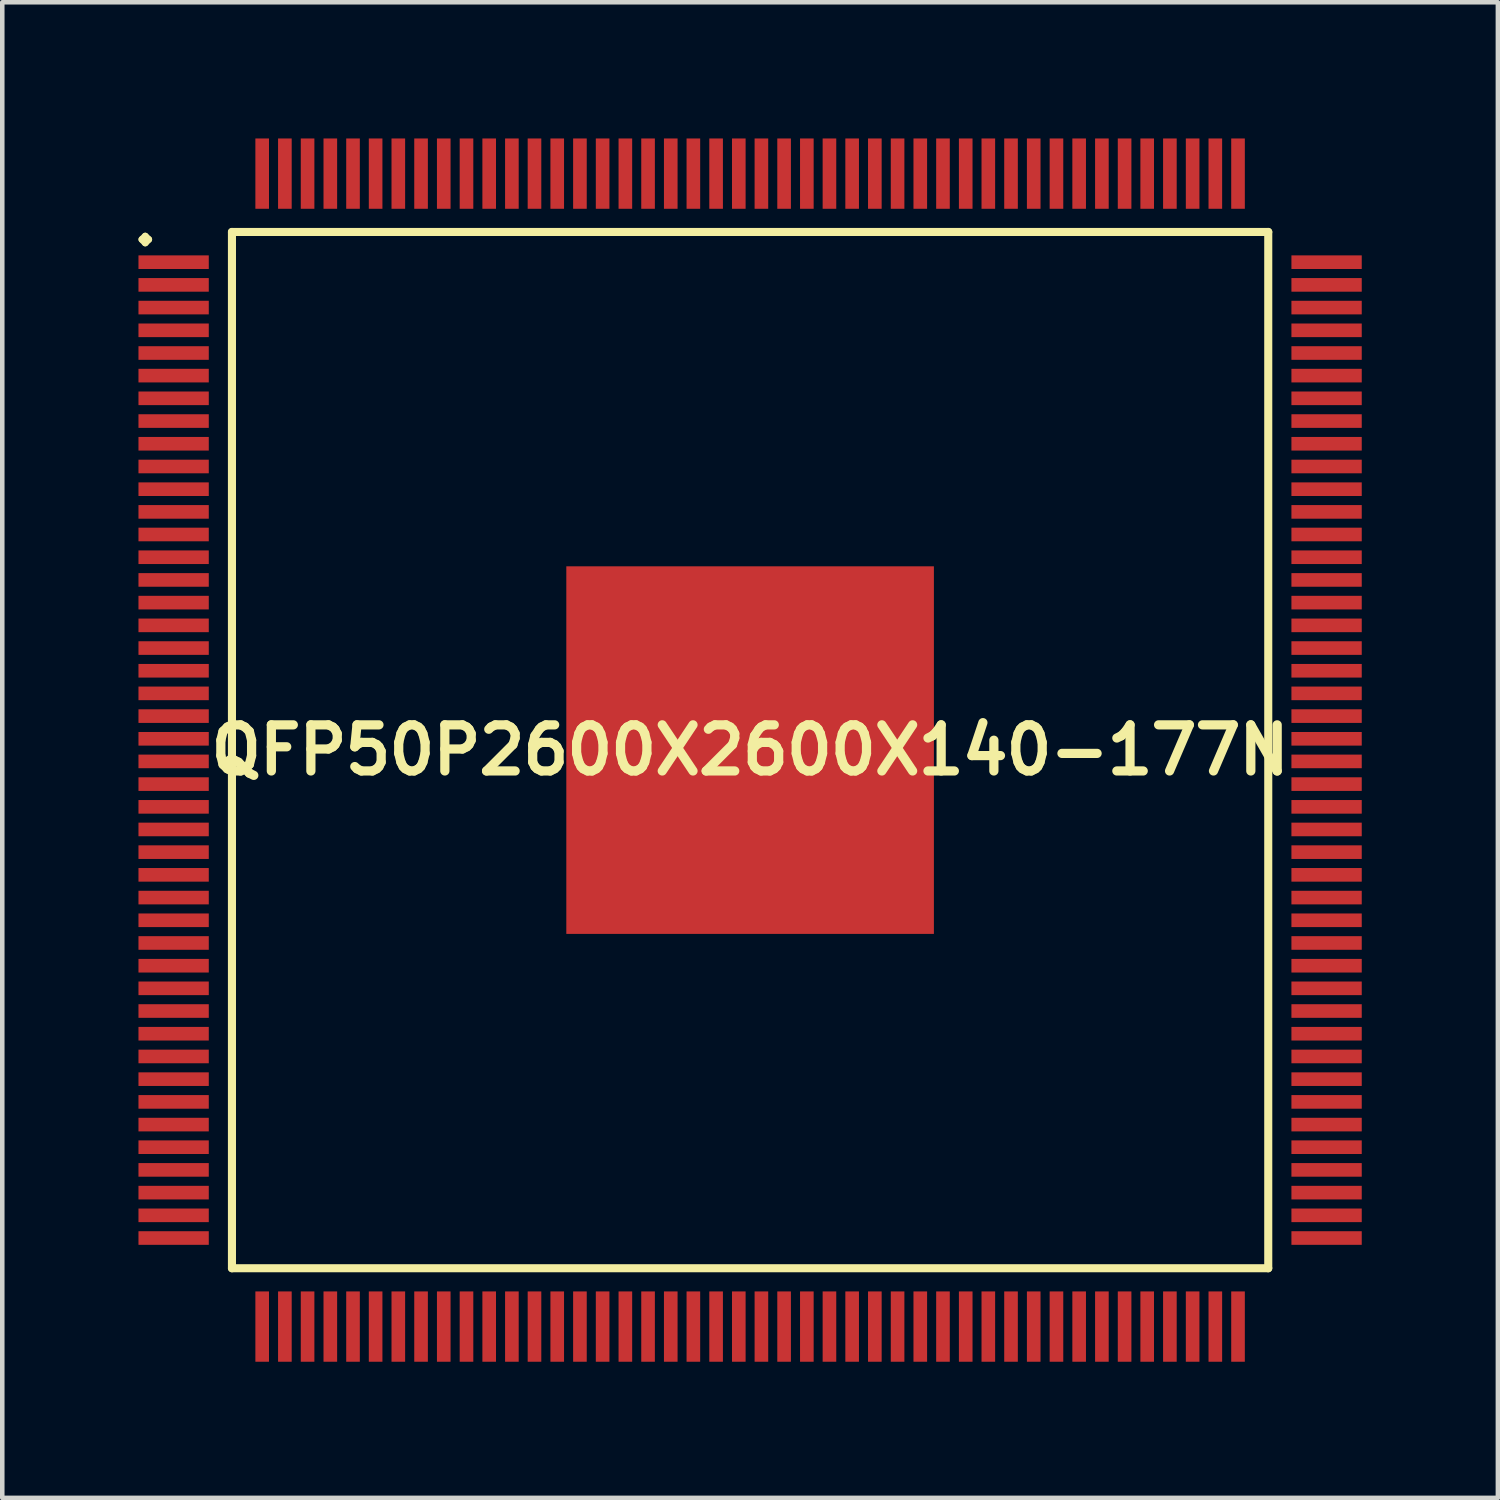
<source format=kicad_pcb>
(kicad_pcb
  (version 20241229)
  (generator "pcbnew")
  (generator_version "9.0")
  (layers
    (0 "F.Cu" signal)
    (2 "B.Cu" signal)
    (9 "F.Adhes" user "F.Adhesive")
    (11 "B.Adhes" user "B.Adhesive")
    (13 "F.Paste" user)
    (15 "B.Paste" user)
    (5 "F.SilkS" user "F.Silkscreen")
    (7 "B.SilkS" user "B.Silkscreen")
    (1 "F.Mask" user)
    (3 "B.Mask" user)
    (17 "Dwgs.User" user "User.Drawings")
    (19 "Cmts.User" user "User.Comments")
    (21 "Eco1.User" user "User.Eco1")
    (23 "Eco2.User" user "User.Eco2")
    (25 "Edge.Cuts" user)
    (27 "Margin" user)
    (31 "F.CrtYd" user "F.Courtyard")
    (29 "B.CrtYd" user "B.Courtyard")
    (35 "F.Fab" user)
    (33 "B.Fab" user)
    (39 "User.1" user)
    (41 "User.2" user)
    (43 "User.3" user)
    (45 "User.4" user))
  (footprint "QFP50P2600X2600X140-177N"
    (layer "F.Cu")
    (at 13.475 13.475)
    (property "Reference" "QFP50P2600X2600X140-177N" (at 0 0 0) (layer "F.SilkS") (effects (font (size 1.016 1.016) (thickness 0.203))))
    (attr smd)
    (fp_line (start -13.399 -11.25) (end -13.325 -11.323) (stroke (width 0.15) (type solid)) (layer "F.SilkS"))
    (fp_line (start -13.325 -11.323) (end -13.249 -11.25) (stroke (width 0.15) (type solid)) (layer "F.SilkS"))
    (fp_line (start -13.325 -11.173) (end -13.399 -11.25) (stroke (width 0.15) (type solid)) (layer "F.SilkS"))
    (fp_line (start -13.249 -11.25) (end -13.325 -11.173) (stroke (width 0.15) (type solid)) (layer "F.SilkS"))
    (fp_line (start -11.415 -11.415) (end -11.415 11.415) (stroke (width 0.178) (type solid)) (layer "F.SilkS"))
    (fp_line (start -11.415 11.415) (end 11.415 11.415) (stroke (width 0.178) (type solid)) (layer "F.SilkS"))
    (fp_line (start 11.415 -11.415) (end -11.415 -11.415) (stroke (width 0.178) (type solid)) (layer "F.SilkS"))
    (fp_line (start 11.415 11.415) (end 11.415 -11.415) (stroke (width 0.178) (type solid)) (layer "F.SilkS"))
    (pad "1" smd rect (at -12.7 -10.749) (size 1.549 0.3) (layers "F.Cu" "F.Mask" "F.Paste"))
    (pad "2" smd rect (at -12.7 -10.249) (size 1.549 0.3) (layers "F.Cu" "F.Mask" "F.Paste"))
    (pad "3" smd rect (at -12.7 -9.749) (size 1.549 0.3) (layers "F.Cu" "F.Mask" "F.Paste"))
    (pad "4" smd rect (at -12.7 -9.248) (size 1.549 0.3) (layers "F.Cu" "F.Mask" "F.Paste"))
    (pad "5" smd rect (at -12.7 -8.748) (size 1.549 0.3) (layers "F.Cu" "F.Mask" "F.Paste"))
    (pad "6" smd rect (at -12.7 -8.25) (size 1.549 0.3) (layers "F.Cu" "F.Mask" "F.Paste"))
    (pad "7" smd rect (at -12.7 -7.75) (size 1.549 0.3) (layers "F.Cu" "F.Mask" "F.Paste"))
    (pad "8" smd rect (at -12.7 -7.249) (size 1.549 0.3) (layers "F.Cu" "F.Mask" "F.Paste"))
    (pad "9" smd rect (at -12.7 -6.749) (size 1.549 0.3) (layers "F.Cu" "F.Mask" "F.Paste"))
    (pad "10" smd rect (at -12.7 -6.248) (size 1.549 0.3) (layers "F.Cu" "F.Mask" "F.Paste"))
    (pad "11" smd rect (at -12.7 -5.748) (size 1.549 0.3) (layers "F.Cu" "F.Mask" "F.Paste"))
    (pad "12" smd rect (at -12.7 -5.248) (size 1.549 0.3) (layers "F.Cu" "F.Mask" "F.Paste"))
    (pad "13" smd rect (at -12.7 -4.75) (size 1.549 0.3) (layers "F.Cu" "F.Mask" "F.Paste"))
    (pad "14" smd rect (at -12.7 -4.249) (size 1.549 0.3) (layers "F.Cu" "F.Mask" "F.Paste"))
    (pad "15" smd rect (at -12.7 -3.749) (size 1.549 0.3) (layers "F.Cu" "F.Mask" "F.Paste"))
    (pad "16" smd rect (at -12.7 -3.249) (size 1.549 0.3) (layers "F.Cu" "F.Mask" "F.Paste"))
    (pad "17" smd rect (at -12.7 -2.748) (size 1.549 0.3) (layers "F.Cu" "F.Mask" "F.Paste"))
    (pad "18" smd rect (at -12.7 -2.248) (size 1.549 0.3) (layers "F.Cu" "F.Mask" "F.Paste"))
    (pad "19" smd rect (at -12.7 -1.748) (size 1.549 0.3) (layers "F.Cu" "F.Mask" "F.Paste"))
    (pad "20" smd rect (at -12.7 -1.25) (size 1.549 0.3) (layers "F.Cu" "F.Mask" "F.Paste"))
    (pad "21" smd rect (at -12.7 -0.749) (size 1.549 0.3) (layers "F.Cu" "F.Mask" "F.Paste"))
    (pad "22" smd rect (at -12.7 -0.249) (size 1.549 0.3) (layers "F.Cu" "F.Mask" "F.Paste"))
    (pad "23" smd rect (at -12.7 0.249) (size 1.549 0.3) (layers "F.Cu" "F.Mask" "F.Paste"))
    (pad "24" smd rect (at -12.7 0.749) (size 1.549 0.3) (layers "F.Cu" "F.Mask" "F.Paste"))
    (pad "25" smd rect (at -12.7 1.25) (size 1.549 0.3) (layers "F.Cu" "F.Mask" "F.Paste"))
    (pad "26" smd rect (at -12.7 1.748) (size 1.549 0.3) (layers "F.Cu" "F.Mask" "F.Paste"))
    (pad "27" smd rect (at -12.7 2.248) (size 1.549 0.3) (layers "F.Cu" "F.Mask" "F.Paste"))
    (pad "28" smd rect (at -12.7 2.748) (size 1.549 0.3) (layers "F.Cu" "F.Mask" "F.Paste"))
    (pad "29" smd rect (at -12.7 3.249) (size 1.549 0.3) (layers "F.Cu" "F.Mask" "F.Paste"))
    (pad "30" smd rect (at -12.7 3.749) (size 1.549 0.3) (layers "F.Cu" "F.Mask" "F.Paste"))
    (pad "31" smd rect (at -12.7 4.249) (size 1.549 0.3) (layers "F.Cu" "F.Mask" "F.Paste"))
    (pad "32" smd rect (at -12.7 4.75) (size 1.549 0.3) (layers "F.Cu" "F.Mask" "F.Paste"))
    (pad "33" smd rect (at -12.7 5.248) (size 1.549 0.3) (layers "F.Cu" "F.Mask" "F.Paste"))
    (pad "34" smd rect (at -12.7 5.748) (size 1.549 0.3) (layers "F.Cu" "F.Mask" "F.Paste"))
    (pad "35" smd rect (at -12.7 6.248) (size 1.549 0.3) (layers "F.Cu" "F.Mask" "F.Paste"))
    (pad "36" smd rect (at -12.7 6.749) (size 1.549 0.3) (layers "F.Cu" "F.Mask" "F.Paste"))
    (pad "37" smd rect (at -12.7 7.249) (size 1.549 0.3) (layers "F.Cu" "F.Mask" "F.Paste"))
    (pad "38" smd rect (at -12.7 7.75) (size 1.549 0.3) (layers "F.Cu" "F.Mask" "F.Paste"))
    (pad "39" smd rect (at -12.7 8.25) (size 1.549 0.3) (layers "F.Cu" "F.Mask" "F.Paste"))
    (pad "40" smd rect (at -12.7 8.748) (size 1.549 0.3) (layers "F.Cu" "F.Mask" "F.Paste"))
    (pad "41" smd rect (at -12.7 9.248) (size 1.549 0.3) (layers "F.Cu" "F.Mask" "F.Paste"))
    (pad "42" smd rect (at -12.7 9.749) (size 1.549 0.3) (layers "F.Cu" "F.Mask" "F.Paste"))
    (pad "43" smd rect (at -12.7 10.249) (size 1.549 0.3) (layers "F.Cu" "F.Mask" "F.Paste"))
    (pad "44" smd rect (at -12.7 10.749) (size 1.549 0.3) (layers "F.Cu" "F.Mask" "F.Paste"))
    (pad "45" smd rect (at -10.749 12.7) (size 0.3 1.549) (layers "F.Cu" "F.Mask" "F.Paste"))
    (pad "46" smd rect (at -10.249 12.7) (size 0.3 1.549) (layers "F.Cu" "F.Mask" "F.Paste"))
    (pad "47" smd rect (at -9.749 12.7) (size 0.3 1.549) (layers "F.Cu" "F.Mask" "F.Paste"))
    (pad "48" smd rect (at -9.248 12.7) (size 0.3 1.549) (layers "F.Cu" "F.Mask" "F.Paste"))
    (pad "49" smd rect (at -8.748 12.7) (size 0.3 1.549) (layers "F.Cu" "F.Mask" "F.Paste"))
    (pad "50" smd rect (at -8.25 12.7) (size 0.3 1.549) (layers "F.Cu" "F.Mask" "F.Paste"))
    (pad "51" smd rect (at -7.75 12.7) (size 0.3 1.549) (layers "F.Cu" "F.Mask" "F.Paste"))
    (pad "52" smd rect (at -7.249 12.7) (size 0.3 1.549) (layers "F.Cu" "F.Mask" "F.Paste"))
    (pad "53" smd rect (at -6.749 12.7) (size 0.3 1.549) (layers "F.Cu" "F.Mask" "F.Paste"))
    (pad "54" smd rect (at -6.248 12.7) (size 0.3 1.549) (layers "F.Cu" "F.Mask" "F.Paste"))
    (pad "55" smd rect (at -5.748 12.7) (size 0.3 1.549) (layers "F.Cu" "F.Mask" "F.Paste"))
    (pad "56" smd rect (at -5.248 12.7) (size 0.3 1.549) (layers "F.Cu" "F.Mask" "F.Paste"))
    (pad "57" smd rect (at -4.75 12.7) (size 0.3 1.549) (layers "F.Cu" "F.Mask" "F.Paste"))
    (pad "58" smd rect (at -4.249 12.7) (size 0.3 1.549) (layers "F.Cu" "F.Mask" "F.Paste"))
    (pad "59" smd rect (at -3.749 12.7) (size 0.3 1.549) (layers "F.Cu" "F.Mask" "F.Paste"))
    (pad "60" smd rect (at -3.249 12.7) (size 0.3 1.549) (layers "F.Cu" "F.Mask" "F.Paste"))
    (pad "61" smd rect (at -2.748 12.7) (size 0.3 1.549) (layers "F.Cu" "F.Mask" "F.Paste"))
    (pad "62" smd rect (at -2.248 12.7) (size 0.3 1.549) (layers "F.Cu" "F.Mask" "F.Paste"))
    (pad "63" smd rect (at -1.748 12.7) (size 0.3 1.549) (layers "F.Cu" "F.Mask" "F.Paste"))
    (pad "64" smd rect (at -1.25 12.7) (size 0.3 1.549) (layers "F.Cu" "F.Mask" "F.Paste"))
    (pad "65" smd rect (at -0.749 12.7) (size 0.3 1.549) (layers "F.Cu" "F.Mask" "F.Paste"))
    (pad "66" smd rect (at -0.249 12.7) (size 0.3 1.549) (layers "F.Cu" "F.Mask" "F.Paste"))
    (pad "67" smd rect (at 0.249 12.7) (size 0.3 1.549) (layers "F.Cu" "F.Mask" "F.Paste"))
    (pad "68" smd rect (at 0.749 12.7) (size 0.3 1.549) (layers "F.Cu" "F.Mask" "F.Paste"))
    (pad "69" smd rect (at 1.25 12.7) (size 0.3 1.549) (layers "F.Cu" "F.Mask" "F.Paste"))
    (pad "70" smd rect (at 1.748 12.7) (size 0.3 1.549) (layers "F.Cu" "F.Mask" "F.Paste"))
    (pad "71" smd rect (at 2.248 12.7) (size 0.3 1.549) (layers "F.Cu" "F.Mask" "F.Paste"))
    (pad "72" smd rect (at 2.748 12.7) (size 0.3 1.549) (layers "F.Cu" "F.Mask" "F.Paste"))
    (pad "73" smd rect (at 3.249 12.7) (size 0.3 1.549) (layers "F.Cu" "F.Mask" "F.Paste"))
    (pad "74" smd rect (at 3.749 12.7) (size 0.3 1.549) (layers "F.Cu" "F.Mask" "F.Paste"))
    (pad "75" smd rect (at 4.249 12.7) (size 0.3 1.549) (layers "F.Cu" "F.Mask" "F.Paste"))
    (pad "76" smd rect (at 4.75 12.7) (size 0.3 1.549) (layers "F.Cu" "F.Mask" "F.Paste"))
    (pad "77" smd rect (at 5.248 12.7) (size 0.3 1.549) (layers "F.Cu" "F.Mask" "F.Paste"))
    (pad "78" smd rect (at 5.748 12.7) (size 0.3 1.549) (layers "F.Cu" "F.Mask" "F.Paste"))
    (pad "79" smd rect (at 6.248 12.7) (size 0.3 1.549) (layers "F.Cu" "F.Mask" "F.Paste"))
    (pad "80" smd rect (at 6.749 12.7) (size 0.3 1.549) (layers "F.Cu" "F.Mask" "F.Paste"))
    (pad "81" smd rect (at 7.249 12.7) (size 0.3 1.549) (layers "F.Cu" "F.Mask" "F.Paste"))
    (pad "82" smd rect (at 7.75 12.7) (size 0.3 1.549) (layers "F.Cu" "F.Mask" "F.Paste"))
    (pad "83" smd rect (at 8.25 12.7) (size 0.3 1.549) (layers "F.Cu" "F.Mask" "F.Paste"))
    (pad "84" smd rect (at 8.748 12.7) (size 0.3 1.549) (layers "F.Cu" "F.Mask" "F.Paste"))
    (pad "85" smd rect (at 9.248 12.7) (size 0.3 1.549) (layers "F.Cu" "F.Mask" "F.Paste"))
    (pad "86" smd rect (at 9.749 12.7) (size 0.3 1.549) (layers "F.Cu" "F.Mask" "F.Paste"))
    (pad "87" smd rect (at 10.249 12.7) (size 0.3 1.549) (layers "F.Cu" "F.Mask" "F.Paste"))
    (pad "88" smd rect (at 10.749 12.7) (size 0.3 1.549) (layers "F.Cu" "F.Mask" "F.Paste"))
    (pad "89" smd rect (at 12.7 10.749) (size 1.549 0.3) (layers "F.Cu" "F.Mask" "F.Paste"))
    (pad "90" smd rect (at 12.7 10.249) (size 1.549 0.3) (layers "F.Cu" "F.Mask" "F.Paste"))
    (pad "91" smd rect (at 12.7 9.749) (size 1.549 0.3) (layers "F.Cu" "F.Mask" "F.Paste"))
    (pad "92" smd rect (at 12.7 9.248) (size 1.549 0.3) (layers "F.Cu" "F.Mask" "F.Paste"))
    (pad "93" smd rect (at 12.7 8.748) (size 1.549 0.3) (layers "F.Cu" "F.Mask" "F.Paste"))
    (pad "94" smd rect (at 12.7 8.25) (size 1.549 0.3) (layers "F.Cu" "F.Mask" "F.Paste"))
    (pad "95" smd rect (at 12.7 7.75) (size 1.549 0.3) (layers "F.Cu" "F.Mask" "F.Paste"))
    (pad "96" smd rect (at 12.7 7.249) (size 1.549 0.3) (layers "F.Cu" "F.Mask" "F.Paste"))
    (pad "97" smd rect (at 12.7 6.749) (size 1.549 0.3) (layers "F.Cu" "F.Mask" "F.Paste"))
    (pad "98" smd rect (at 12.7 6.248) (size 1.549 0.3) (layers "F.Cu" "F.Mask" "F.Paste"))
    (pad "99" smd rect (at 12.7 5.748) (size 1.549 0.3) (layers "F.Cu" "F.Mask" "F.Paste"))
    (pad "100" smd rect (at 12.7 5.248) (size 1.549 0.3) (layers "F.Cu" "F.Mask" "F.Paste"))
    (pad "101" smd rect (at 12.7 4.75) (size 1.549 0.3) (layers "F.Cu" "F.Mask" "F.Paste"))
    (pad "102" smd rect (at 12.7 4.249) (size 1.549 0.3) (layers "F.Cu" "F.Mask" "F.Paste"))
    (pad "103" smd rect (at 12.7 3.749) (size 1.549 0.3) (layers "F.Cu" "F.Mask" "F.Paste"))
    (pad "104" smd rect (at 12.7 3.249) (size 1.549 0.3) (layers "F.Cu" "F.Mask" "F.Paste"))
    (pad "105" smd rect (at 12.7 2.748) (size 1.549 0.3) (layers "F.Cu" "F.Mask" "F.Paste"))
    (pad "106" smd rect (at 12.7 2.248) (size 1.549 0.3) (layers "F.Cu" "F.Mask" "F.Paste"))
    (pad "107" smd rect (at 12.7 1.748) (size 1.549 0.3) (layers "F.Cu" "F.Mask" "F.Paste"))
    (pad "108" smd rect (at 12.7 1.25) (size 1.549 0.3) (layers "F.Cu" "F.Mask" "F.Paste"))
    (pad "109" smd rect (at 12.7 0.749) (size 1.549 0.3) (layers "F.Cu" "F.Mask" "F.Paste"))
    (pad "110" smd rect (at 12.7 0.249) (size 1.549 0.3) (layers "F.Cu" "F.Mask" "F.Paste"))
    (pad "111" smd rect (at 12.7 -0.249) (size 1.549 0.3) (layers "F.Cu" "F.Mask" "F.Paste"))
    (pad "112" smd rect (at 12.7 -0.749) (size 1.549 0.3) (layers "F.Cu" "F.Mask" "F.Paste"))
    (pad "113" smd rect (at 12.7 -1.25) (size 1.549 0.3) (layers "F.Cu" "F.Mask" "F.Paste"))
    (pad "114" smd rect (at 12.7 -1.748) (size 1.549 0.3) (layers "F.Cu" "F.Mask" "F.Paste"))
    (pad "115" smd rect (at 12.7 -2.248) (size 1.549 0.3) (layers "F.Cu" "F.Mask" "F.Paste"))
    (pad "116" smd rect (at 12.7 -2.748) (size 1.549 0.3) (layers "F.Cu" "F.Mask" "F.Paste"))
    (pad "117" smd rect (at 12.7 -3.249) (size 1.549 0.3) (layers "F.Cu" "F.Mask" "F.Paste"))
    (pad "118" smd rect (at 12.7 -3.749) (size 1.549 0.3) (layers "F.Cu" "F.Mask" "F.Paste"))
    (pad "119" smd rect (at 12.7 -4.249) (size 1.549 0.3) (layers "F.Cu" "F.Mask" "F.Paste"))
    (pad "120" smd rect (at 12.7 -4.75) (size 1.549 0.3) (layers "F.Cu" "F.Mask" "F.Paste"))
    (pad "121" smd rect (at 12.7 -5.248) (size 1.549 0.3) (layers "F.Cu" "F.Mask" "F.Paste"))
    (pad "122" smd rect (at 12.7 -5.748) (size 1.549 0.3) (layers "F.Cu" "F.Mask" "F.Paste"))
    (pad "123" smd rect (at 12.7 -6.248) (size 1.549 0.3) (layers "F.Cu" "F.Mask" "F.Paste"))
    (pad "124" smd rect (at 12.7 -6.749) (size 1.549 0.3) (layers "F.Cu" "F.Mask" "F.Paste"))
    (pad "125" smd rect (at 12.7 -7.249) (size 1.549 0.3) (layers "F.Cu" "F.Mask" "F.Paste"))
    (pad "126" smd rect (at 12.7 -7.75) (size 1.549 0.3) (layers "F.Cu" "F.Mask" "F.Paste"))
    (pad "127" smd rect (at 12.7 -8.25) (size 1.549 0.3) (layers "F.Cu" "F.Mask" "F.Paste"))
    (pad "128" smd rect (at 12.7 -8.748) (size 1.549 0.3) (layers "F.Cu" "F.Mask" "F.Paste"))
    (pad "129" smd rect (at 12.7 -9.248) (size 1.549 0.3) (layers "F.Cu" "F.Mask" "F.Paste"))
    (pad "130" smd rect (at 12.7 -9.749) (size 1.549 0.3) (layers "F.Cu" "F.Mask" "F.Paste"))
    (pad "131" smd rect (at 12.7 -10.249) (size 1.549 0.3) (layers "F.Cu" "F.Mask" "F.Paste"))
    (pad "132" smd rect (at 12.7 -10.749) (size 1.549 0.3) (layers "F.Cu" "F.Mask" "F.Paste"))
    (pad "133" smd rect (at 10.749 -12.7) (size 0.3 1.549) (layers "F.Cu" "F.Mask" "F.Paste"))
    (pad "134" smd rect (at 10.249 -12.7) (size 0.3 1.549) (layers "F.Cu" "F.Mask" "F.Paste"))
    (pad "135" smd rect (at 9.749 -12.7) (size 0.3 1.549) (layers "F.Cu" "F.Mask" "F.Paste"))
    (pad "136" smd rect (at 9.248 -12.7) (size 0.3 1.549) (layers "F.Cu" "F.Mask" "F.Paste"))
    (pad "137" smd rect (at 8.748 -12.7) (size 0.3 1.549) (layers "F.Cu" "F.Mask" "F.Paste"))
    (pad "138" smd rect (at 8.25 -12.7) (size 0.3 1.549) (layers "F.Cu" "F.Mask" "F.Paste"))
    (pad "139" smd rect (at 7.75 -12.7) (size 0.3 1.549) (layers "F.Cu" "F.Mask" "F.Paste"))
    (pad "140" smd rect (at 7.249 -12.7) (size 0.3 1.549) (layers "F.Cu" "F.Mask" "F.Paste"))
    (pad "141" smd rect (at 6.749 -12.7) (size 0.3 1.549) (layers "F.Cu" "F.Mask" "F.Paste"))
    (pad "142" smd rect (at 6.248 -12.7) (size 0.3 1.549) (layers "F.Cu" "F.Mask" "F.Paste"))
    (pad "143" smd rect (at 5.748 -12.7) (size 0.3 1.549) (layers "F.Cu" "F.Mask" "F.Paste"))
    (pad "144" smd rect (at 5.248 -12.7) (size 0.3 1.549) (layers "F.Cu" "F.Mask" "F.Paste"))
    (pad "145" smd rect (at 4.75 -12.7) (size 0.3 1.549) (layers "F.Cu" "F.Mask" "F.Paste"))
    (pad "146" smd rect (at 4.249 -12.7) (size 0.3 1.549) (layers "F.Cu" "F.Mask" "F.Paste"))
    (pad "147" smd rect (at 3.749 -12.7) (size 0.3 1.549) (layers "F.Cu" "F.Mask" "F.Paste"))
    (pad "148" smd rect (at 3.249 -12.7) (size 0.3 1.549) (layers "F.Cu" "F.Mask" "F.Paste"))
    (pad "149" smd rect (at 2.748 -12.7) (size 0.3 1.549) (layers "F.Cu" "F.Mask" "F.Paste"))
    (pad "150" smd rect (at 2.248 -12.7) (size 0.3 1.549) (layers "F.Cu" "F.Mask" "F.Paste"))
    (pad "151" smd rect (at 1.748 -12.7) (size 0.3 1.549) (layers "F.Cu" "F.Mask" "F.Paste"))
    (pad "152" smd rect (at 1.25 -12.7) (size 0.3 1.549) (layers "F.Cu" "F.Mask" "F.Paste"))
    (pad "153" smd rect (at 0.749 -12.7) (size 0.3 1.549) (layers "F.Cu" "F.Mask" "F.Paste"))
    (pad "154" smd rect (at 0.249 -12.7) (size 0.3 1.549) (layers "F.Cu" "F.Mask" "F.Paste"))
    (pad "155" smd rect (at -0.249 -12.7) (size 0.3 1.549) (layers "F.Cu" "F.Mask" "F.Paste"))
    (pad "156" smd rect (at -0.749 -12.7) (size 0.3 1.549) (layers "F.Cu" "F.Mask" "F.Paste"))
    (pad "157" smd rect (at -1.25 -12.7) (size 0.3 1.549) (layers "F.Cu" "F.Mask" "F.Paste"))
    (pad "158" smd rect (at -1.748 -12.7) (size 0.3 1.549) (layers "F.Cu" "F.Mask" "F.Paste"))
    (pad "159" smd rect (at -2.248 -12.7) (size 0.3 1.549) (layers "F.Cu" "F.Mask" "F.Paste"))
    (pad "160" smd rect (at -2.748 -12.7) (size 0.3 1.549) (layers "F.Cu" "F.Mask" "F.Paste"))
    (pad "161" smd rect (at -3.249 -12.7) (size 0.3 1.549) (layers "F.Cu" "F.Mask" "F.Paste"))
    (pad "162" smd rect (at -3.749 -12.7) (size 0.3 1.549) (layers "F.Cu" "F.Mask" "F.Paste"))
    (pad "163" smd rect (at -4.249 -12.7) (size 0.3 1.549) (layers "F.Cu" "F.Mask" "F.Paste"))
    (pad "164" smd rect (at -4.75 -12.7) (size 0.3 1.549) (layers "F.Cu" "F.Mask" "F.Paste"))
    (pad "165" smd rect (at -5.248 -12.7) (size 0.3 1.549) (layers "F.Cu" "F.Mask" "F.Paste"))
    (pad "166" smd rect (at -5.748 -12.7) (size 0.3 1.549) (layers "F.Cu" "F.Mask" "F.Paste"))
    (pad "167" smd rect (at -6.248 -12.7) (size 0.3 1.549) (layers "F.Cu" "F.Mask" "F.Paste"))
    (pad "168" smd rect (at -6.749 -12.7) (size 0.3 1.549) (layers "F.Cu" "F.Mask" "F.Paste"))
    (pad "169" smd rect (at -7.249 -12.7) (size 0.3 1.549) (layers "F.Cu" "F.Mask" "F.Paste"))
    (pad "170" smd rect (at -7.75 -12.7) (size 0.3 1.549) (layers "F.Cu" "F.Mask" "F.Paste"))
    (pad "171" smd rect (at -8.25 -12.7) (size 0.3 1.549) (layers "F.Cu" "F.Mask" "F.Paste"))
    (pad "172" smd rect (at -8.748 -12.7) (size 0.3 1.549) (layers "F.Cu" "F.Mask" "F.Paste"))
    (pad "173" smd rect (at -9.248 -12.7) (size 0.3 1.549) (layers "F.Cu" "F.Mask" "F.Paste"))
    (pad "174" smd rect (at -9.749 -12.7) (size 0.3 1.549) (layers "F.Cu" "F.Mask" "F.Paste"))
    (pad "175" smd rect (at -10.249 -12.7) (size 0.3 1.549) (layers "F.Cu" "F.Mask" "F.Paste"))
    (pad "176" smd rect (at -10.749 -12.7) (size 0.3 1.549) (layers "F.Cu" "F.Mask" "F.Paste"))
    (pad "177" smd rect (at 0 0) (size 8.098 8.098) (layers "F.Cu" "F.Mask" "F.Paste")))
  (gr_rect
    (start -3 -3)
    (end 29.949 29.949)
    (stroke (width 0.1) (type default))
    (fill no)
    (layer "Edge.Cuts")))
</source>
